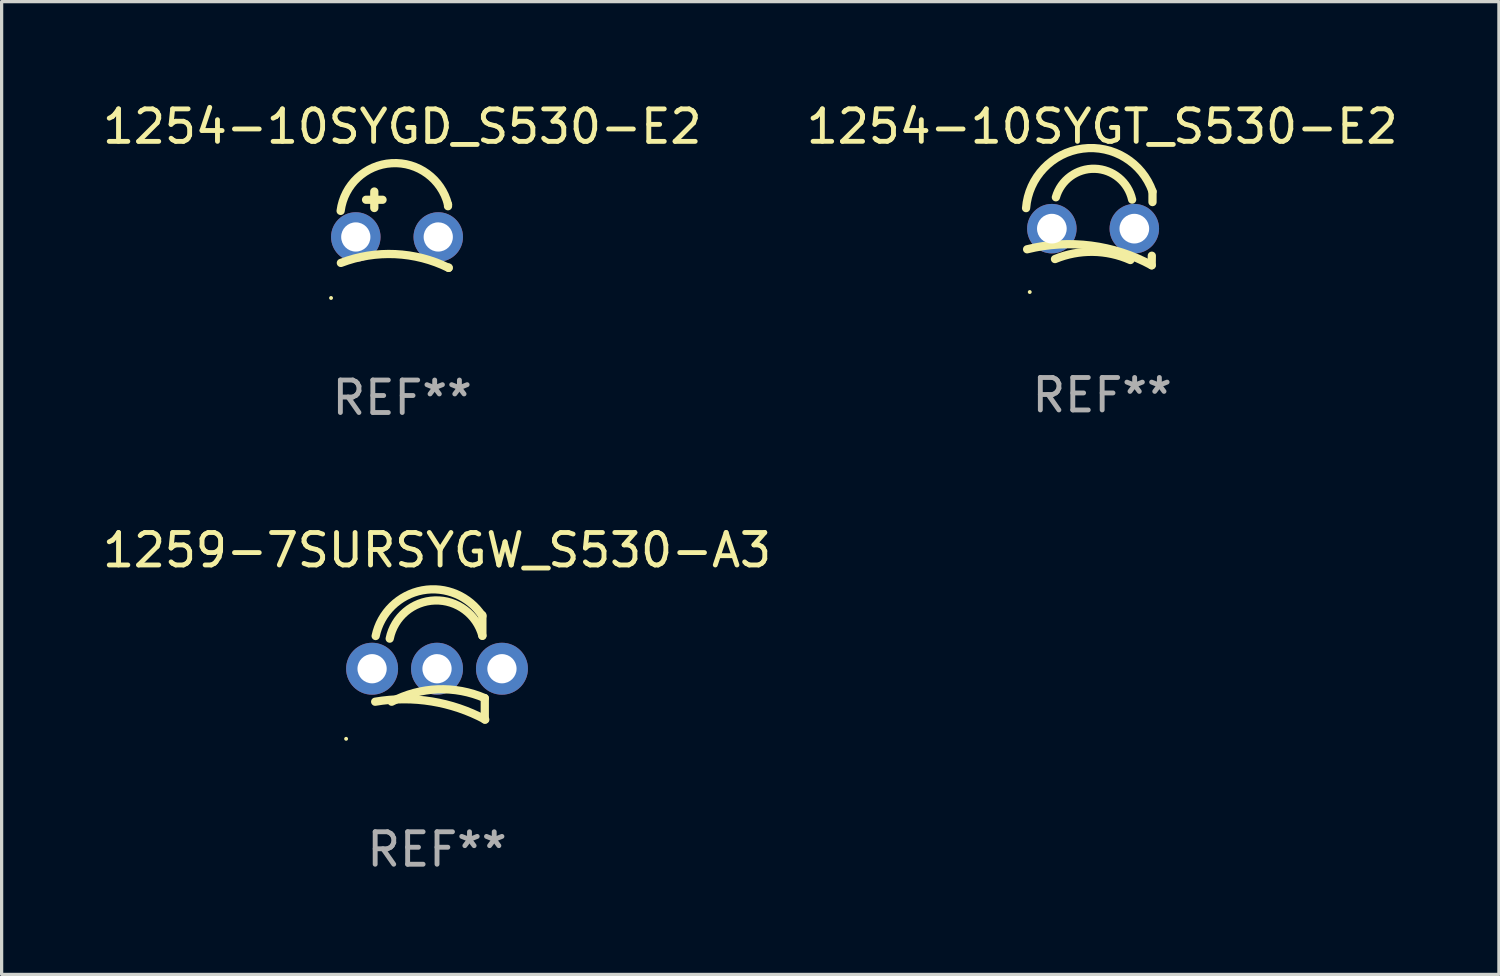
<source format=kicad_pcb>
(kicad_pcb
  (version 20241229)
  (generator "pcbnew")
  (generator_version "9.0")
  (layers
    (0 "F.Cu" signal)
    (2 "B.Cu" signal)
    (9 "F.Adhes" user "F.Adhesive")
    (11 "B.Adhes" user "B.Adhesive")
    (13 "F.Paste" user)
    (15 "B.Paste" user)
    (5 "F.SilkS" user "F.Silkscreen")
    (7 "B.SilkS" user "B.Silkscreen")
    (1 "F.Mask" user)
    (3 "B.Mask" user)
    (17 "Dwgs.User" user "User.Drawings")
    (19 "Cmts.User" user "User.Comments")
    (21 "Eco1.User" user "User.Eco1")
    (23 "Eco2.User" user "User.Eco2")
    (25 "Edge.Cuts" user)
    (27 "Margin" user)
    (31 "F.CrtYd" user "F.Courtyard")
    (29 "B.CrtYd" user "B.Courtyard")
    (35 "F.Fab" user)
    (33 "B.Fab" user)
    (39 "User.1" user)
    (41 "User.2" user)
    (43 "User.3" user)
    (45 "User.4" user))
  (footprint "1254-10SYGD_S530-E2"
    (layer "F.Cu")
    (at 9.339 4.025)
    (property "Reference" "1254-10SYGD_S530-E2" (at 0 -3.176 0) (layer "F.SilkS") (effects (font (size 1 1) (thickness 0.15))))
    (attr through_hole)
    (fp_line (start -1.114 -0.922) (end -0.606 -0.922) (stroke (width 0.254) (type solid)) (layer "F.SilkS"))
    (fp_line (start -0.86 -1.176) (end -0.86 -0.668) (stroke (width 0.254) (type solid)) (layer "F.SilkS"))
    (fp_line (start 1.41 -0.776) (end 1.41 -0.723) (stroke (width 0.254) (type solid)) (layer "F.SilkS"))
    (fp_line (start 1.43 1.176) (end 1.43 1.164) (stroke (width 0.254) (type solid)) (layer "F.SilkS"))
    (fp_arc (start -1.896915 -0.579704) (mid -0.324751 -2.048067) (end 1.4103 -0.776302) (stroke (width 0.254001) (type solid)) (layer "F.SilkS"))
    (fp_arc (start -1.8897 1.023698) (mid -0.214006 0.752438) (end 1.429731 1.176302) (stroke (width 0.254001) (type solid)) (layer "F.SilkS"))
    (fp_circle (center -2.192 2.103) (end -2.162 2.103) (stroke (width 0.06) (type solid)) (fill no) (layer "F.SilkS"))
    (fp_text user "REF**" (at 0 5.176 0) (layer "F.Fab") (effects (font (size 1 1) (thickness 0.15))))
    (pad "1" thru_hole circle (at -1.43 0.224) (size 1.524 1.524) (drill 0.9) (layers "*.Cu" "*.Mask"))
    (pad "2" thru_hole circle (at 1.11 0.224) (size 1.524 1.524) (drill 0.9) (layers "*.Cu" "*.Mask")))
  (footprint "1254-10SYGT_S530-E2"
    (layer "F.Cu")
    (at 30.899 3.985)
    (property "Reference" "1254-10SYGT_S530-E2" (at 0 -3.137 0) (layer "F.SilkS") (effects (font (size 1 1) (thickness 0.15))))
    (attr through_hole)
    (fp_line (start 1.529 0.842) (end 1.525 1.137) (stroke (width 0.254) (type solid)) (layer "F.SilkS"))
    (fp_line (start 1.55 -1.137) (end 1.55 -0.811) (stroke (width 0.254) (type solid)) (layer "F.SilkS"))
    (fp_arc (start -2.344336 -0.624664) (mid -0.604362 -2.457931) (end 1.550229 -1.136525) (stroke (width 0.254001) (type solid)) (layer "F.SilkS"))
    (fp_arc (start -2.31223 0.643358) (mid -0.347208 0.529557) (end 1.525184 1.136526) (stroke (width 0.254001) (type solid)) (layer "F.SilkS"))
    (fp_arc (start -1.45348 0.944425) (mid -0.289454 0.72139) (end 0.868415 0.974448) (stroke (width 0.254001) (type solid)) (layer "F.SilkS"))
    (fp_arc (start -1.426174 -0.958548) (mid -0.223791 -1.836179) (end 0.922695 -0.88669) (stroke (width 0.254001) (type solid)) (layer "F.SilkS"))
    (fp_circle (center -2.231 1.96) (end -2.201 1.96) (stroke (width 0.06) (type solid)) (fill no) (layer "F.SilkS"))
    (fp_text user "REF**" (at 0 5.137 0) (layer "F.Fab") (effects (font (size 1 1) (thickness 0.15))))
    (pad "1" thru_hole circle (at -1.55 0.008) (size 1.524 1.524) (drill 0.914) (layers "*.Cu" "*.Mask"))
    (pad "2" thru_hole circle (at 0.99 0.008) (size 1.524 1.524) (drill 0.914) (layers "*.Cu" "*.Mask")))
  (footprint "1259-7SURSYGW_S530-A3"
    (layer "F.Cu")
    (at 10.411 17.506)
    (property "Reference" "1259-7SURSYGW_S530-A3" (at 0 -3.609 0) (layer "F.SilkS") (effects (font (size 1 1) (thickness 0.15))))
    (attr through_hole)
    (fp_line (start 1.397 -0.974) (end 1.397 -1.609) (stroke (width 0.254) (type solid)) (layer "F.SilkS"))
    (fp_line (start 1.471 0.948) (end 1.471 1.609) (stroke (width 0.254) (type solid)) (layer "F.SilkS"))
    (fp_arc (start -1.905004 1.05828) (mid -0.163612 1.050126) (end 1.485776 1.608724) (stroke (width 0.254001) (type solid)) (layer "F.SilkS"))
    (fp_arc (start -1.890144 -0.9658) (mid -0.452512 -2.37289) (end 1.397003 -1.581699) (stroke (width 0.254001) (type solid)) (layer "F.SilkS"))
    (fp_arc (start -1.457328 -0.885103) (mid -0.065297 -2.061024) (end 1.397003 -0.973724) (stroke (width 0.254001) (type solid)) (layer "F.SilkS"))
    (fp_arc (start -1.397003 1.05828) (mid 0.024488 0.676878) (end 1.471146 0.947587) (stroke (width 0.254001) (type solid)) (layer "F.SilkS"))
    (fp_circle (center -2.8 2.201) (end -2.77 2.201) (stroke (width 0.06) (type solid)) (fill no) (layer "F.SilkS"))
    (fp_text user "REF**" (at 0 5.609 0) (layer "F.Fab") (effects (font (size 1 1) (thickness 0.15))))
    (pad "1" thru_hole circle (at -2 0.042) (size 1.6 1.6) (drill 0.9) (layers "*.Cu" "*.Mask"))
    (pad "2" thru_hole circle (at 0 0.042) (size 1.6 1.6) (drill 0.9) (layers "*.Cu" "*.Mask"))
    (pad "3" thru_hole circle (at 2 0.042) (size 1.6 1.6) (drill 0.9) (layers "*.Cu" "*.Mask")))
  (gr_rect
    (start -3 -3)
    (end 43.119 26.963)
    (stroke (width 0.1) (type default))
    (fill no)
    (layer "Edge.Cuts")))
</source>
